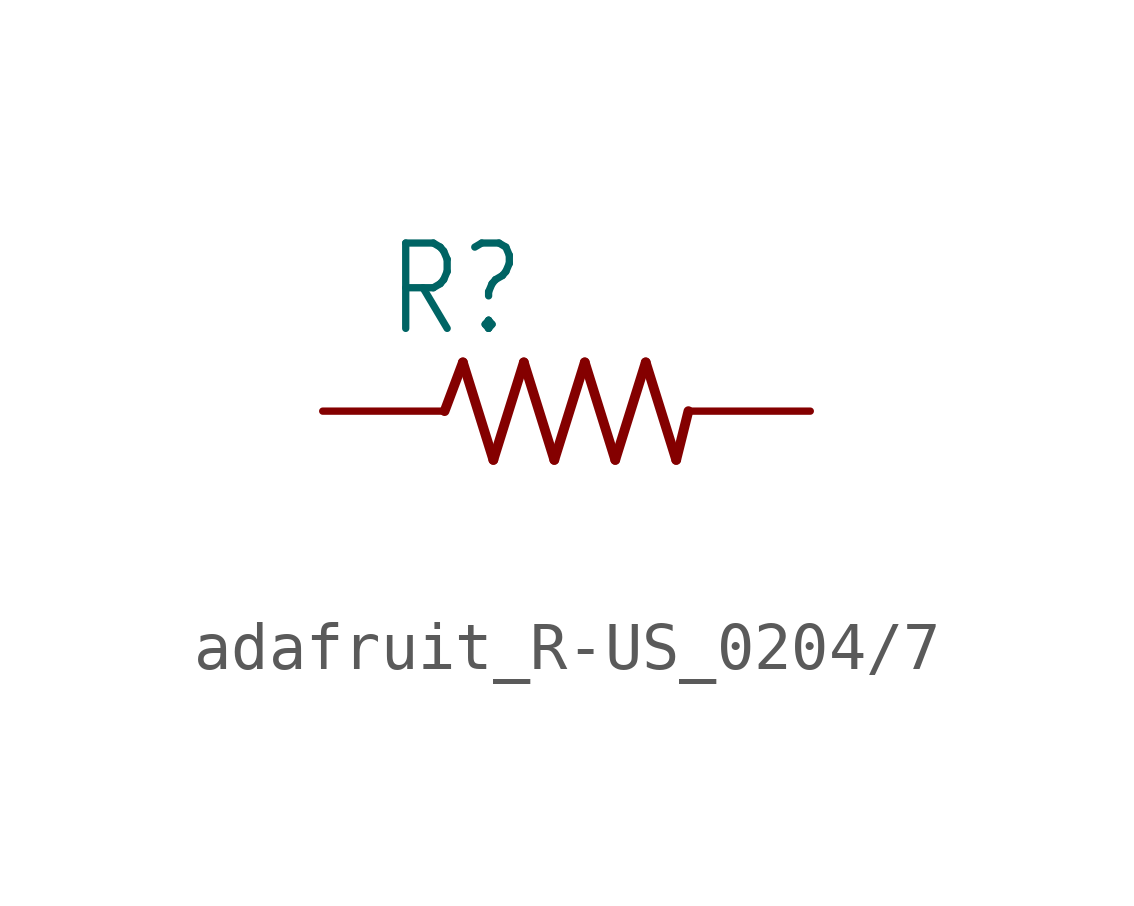
<source format=kicad_sym>
(kicad_symbol_lib
  (version 20220914)
  (generator kicad_symbol_editor)
  (symbol "adafruit_R-US_0204/7"
    (property "Reference" "R"
      (at -3.81 1.499 0)
      (effects (font (size 1.778 1.511)) (justify left bottom)))
    (property "Value" ""
      (at -3.81 -3.302 0)
      (effects (font (size 1.778 1.511)) (justify left bottom)))
    (property "ki_locked" ""
      (at 0 0 0)
      (effects (font (size 1.27 1.27))))
    (symbol "adafruit_R-US_0204/7_1_0"
      (polyline (pts (xy -2.54 0) (xy -2.159 1.016)) (stroke (width 0.203) (type solid)) (fill (type none)))
      (polyline (pts (xy -2.159 1.016) (xy -1.524 -1.016)) (stroke (width 0.203) (type solid)) (fill (type none)))
      (polyline (pts (xy -1.524 -1.016) (xy -0.889 1.016)) (stroke (width 0.203) (type solid)) (fill (type none)))
      (polyline (pts (xy -0.889 1.016) (xy -0.254 -1.016)) (stroke (width 0.203) (type solid)) (fill (type none)))
      (polyline (pts (xy -0.254 -1.016) (xy 0.381 1.016)) (stroke (width 0.203) (type solid)) (fill (type none)))
      (polyline (pts (xy 0.381 1.016) (xy 1.016 -1.016)) (stroke (width 0.203) (type solid)) (fill (type none)))
      (polyline (pts (xy 1.016 -1.016) (xy 1.651 1.016)) (stroke (width 0.203) (type solid)) (fill (type none)))
      (polyline (pts (xy 1.651 1.016) (xy 2.286 -1.016)) (stroke (width 0.203) (type solid)) (fill (type none)))
      (polyline (pts (xy 2.286 -1.016) (xy 2.54 0)) (stroke (width 0.203) (type solid)) (fill (type none)))
      (pin passive line (at -5.08 0 0) (length 2.54) (name "1" (effects (font (size 0 0)))) (number "1" (effects (font (size 0 0)))))
      (pin passive line (at 5.08 0 180) (length 2.54) (name "2" (effects (font (size 0 0)))) (number "2" (effects (font (size 0 0))))))))
</source>
